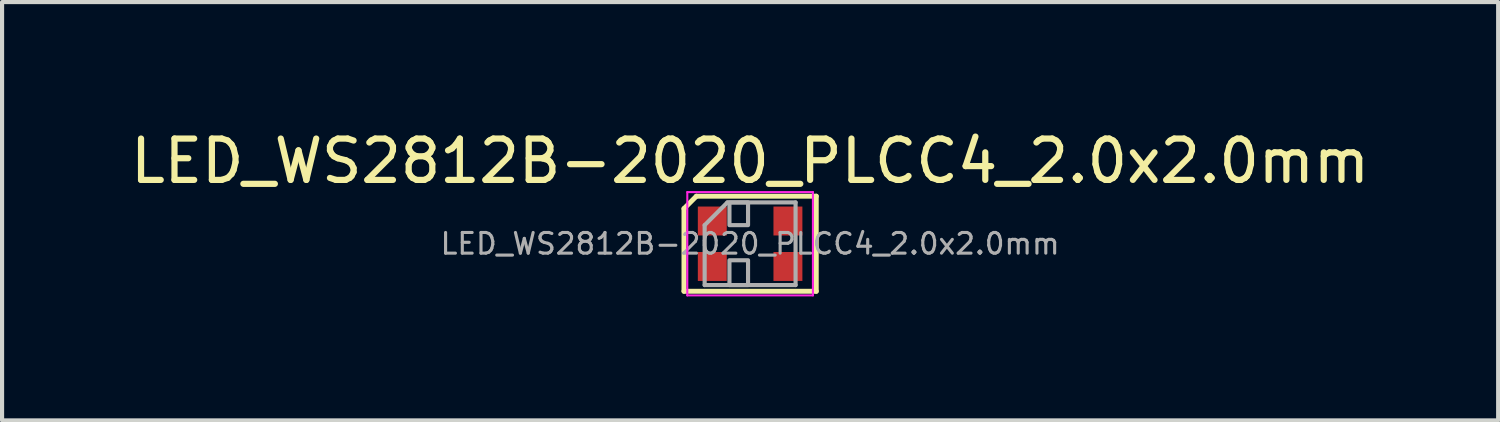
<source format=kicad_pcb>
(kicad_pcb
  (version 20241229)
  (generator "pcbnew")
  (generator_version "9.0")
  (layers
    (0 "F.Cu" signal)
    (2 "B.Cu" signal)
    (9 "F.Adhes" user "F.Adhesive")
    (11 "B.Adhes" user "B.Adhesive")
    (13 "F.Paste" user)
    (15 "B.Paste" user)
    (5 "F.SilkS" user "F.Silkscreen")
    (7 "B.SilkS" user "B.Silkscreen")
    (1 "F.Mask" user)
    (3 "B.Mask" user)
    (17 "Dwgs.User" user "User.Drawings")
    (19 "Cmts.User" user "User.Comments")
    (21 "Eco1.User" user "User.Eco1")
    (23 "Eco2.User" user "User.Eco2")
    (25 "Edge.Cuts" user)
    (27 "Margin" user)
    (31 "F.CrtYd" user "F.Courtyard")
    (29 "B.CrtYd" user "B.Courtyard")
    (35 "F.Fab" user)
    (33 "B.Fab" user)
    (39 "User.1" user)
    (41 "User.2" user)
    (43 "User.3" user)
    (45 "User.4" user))
  (footprint "LED_WS2812B-2020_PLCC4_2.0x2.0mm"
    (layer "F.Cu")
    (at 15.101 2.848)
    (property "Reference" "LED_WS2812B-2020_PLCC4_2.0x2.0mm" (at 0 -2 0) (layer "F.SilkS") (effects (font (size 1 1) (thickness 0.15))))
    (attr smd)
    (fp_line (start -1.6 1.15) (end -1.6 -0.85) (stroke (width 0.12) (type solid)) (layer "F.SilkS"))
    (fp_line (start -1.6 1.15) (end 1.6 1.15) (stroke (width 0.12) (type solid)) (layer "F.SilkS"))
    (fp_line (start -1.3 -1.15) (end -1.6 -0.85) (stroke (width 0.12) (type default)) (layer "F.SilkS"))
    (fp_line (start -1.3 -1.15) (end 1.6 -1.15) (stroke (width 0.12) (type solid)) (layer "F.SilkS"))
    (fp_line (start 1.6 -1.15) (end 1.6 1.15) (stroke (width 0.12) (type solid)) (layer "F.SilkS"))
    (fp_line (start -1.52 -1.25) (end -1.52 1.25) (stroke (width 0.05) (type solid)) (layer "F.CrtYd"))
    (fp_line (start -1.52 1.25) (end 1.52 1.25) (stroke (width 0.05) (type solid)) (layer "F.CrtYd"))
    (fp_line (start 1.52 -1.25) (end -1.52 -1.25) (stroke (width 0.05) (type solid)) (layer "F.CrtYd"))
    (fp_line (start 1.52 1.25) (end 1.52 -1.25) (stroke (width 0.05) (type solid)) (layer "F.CrtYd"))
    (fp_line (start -1.1 -0.45) (end -1.1 1) (stroke (width 0.1) (type solid)) (layer "F.Fab"))
    (fp_line (start -1.1 1) (end 1.1 1) (stroke (width 0.1) (type solid)) (layer "F.Fab"))
    (fp_line (start -0.55 -1) (end -1.1 -0.45) (stroke (width 0.1) (type solid)) (layer "F.Fab"))
    (fp_line (start 1.1 -1) (end -0.55 -1) (stroke (width 0.1) (type solid)) (layer "F.Fab"))
    (fp_line (start 1.1 -1) (end 1.1 1) (stroke (width 0.1) (type solid)) (layer "F.Fab"))
    (fp_rect (start -0.5 -1) (end -0.05 -0.45) (stroke (width 0.1) (type solid)) (fill no) (layer "F.Fab"))
    (fp_rect (start -0.5 0.4) (end -0.05 1) (stroke (width 0.1) (type solid)) (fill no) (layer "F.Fab"))
    (fp_text user "${REFERENCE}" (at 0 0 0) (layer "F.Fab") (effects (font (size 0.5 0.5) (thickness 0.075))))
    (pad "1" smd rect (at -0.915 -0.55) (size 0.7 0.7) (layers "F.Cu" "F.Mask" "F.Paste"))
    (pad "2" smd rect (at -0.915 0.55) (size 0.7 0.7) (layers "F.Cu" "F.Mask" "F.Paste"))
    (pad "3" smd rect (at 0.915 0.55) (size 0.7 0.7) (layers "F.Cu" "F.Mask" "F.Paste"))
    (pad "4" smd rect (at 0.915 -0.55) (size 0.7 0.7) (layers "F.Cu" "F.Mask" "F.Paste")))
  (gr_rect
    (start -3 -3)
    (end 33.202 7.123)
    (stroke (width 0.1) (type default))
    (fill no)
    (layer "Edge.Cuts")))
</source>
